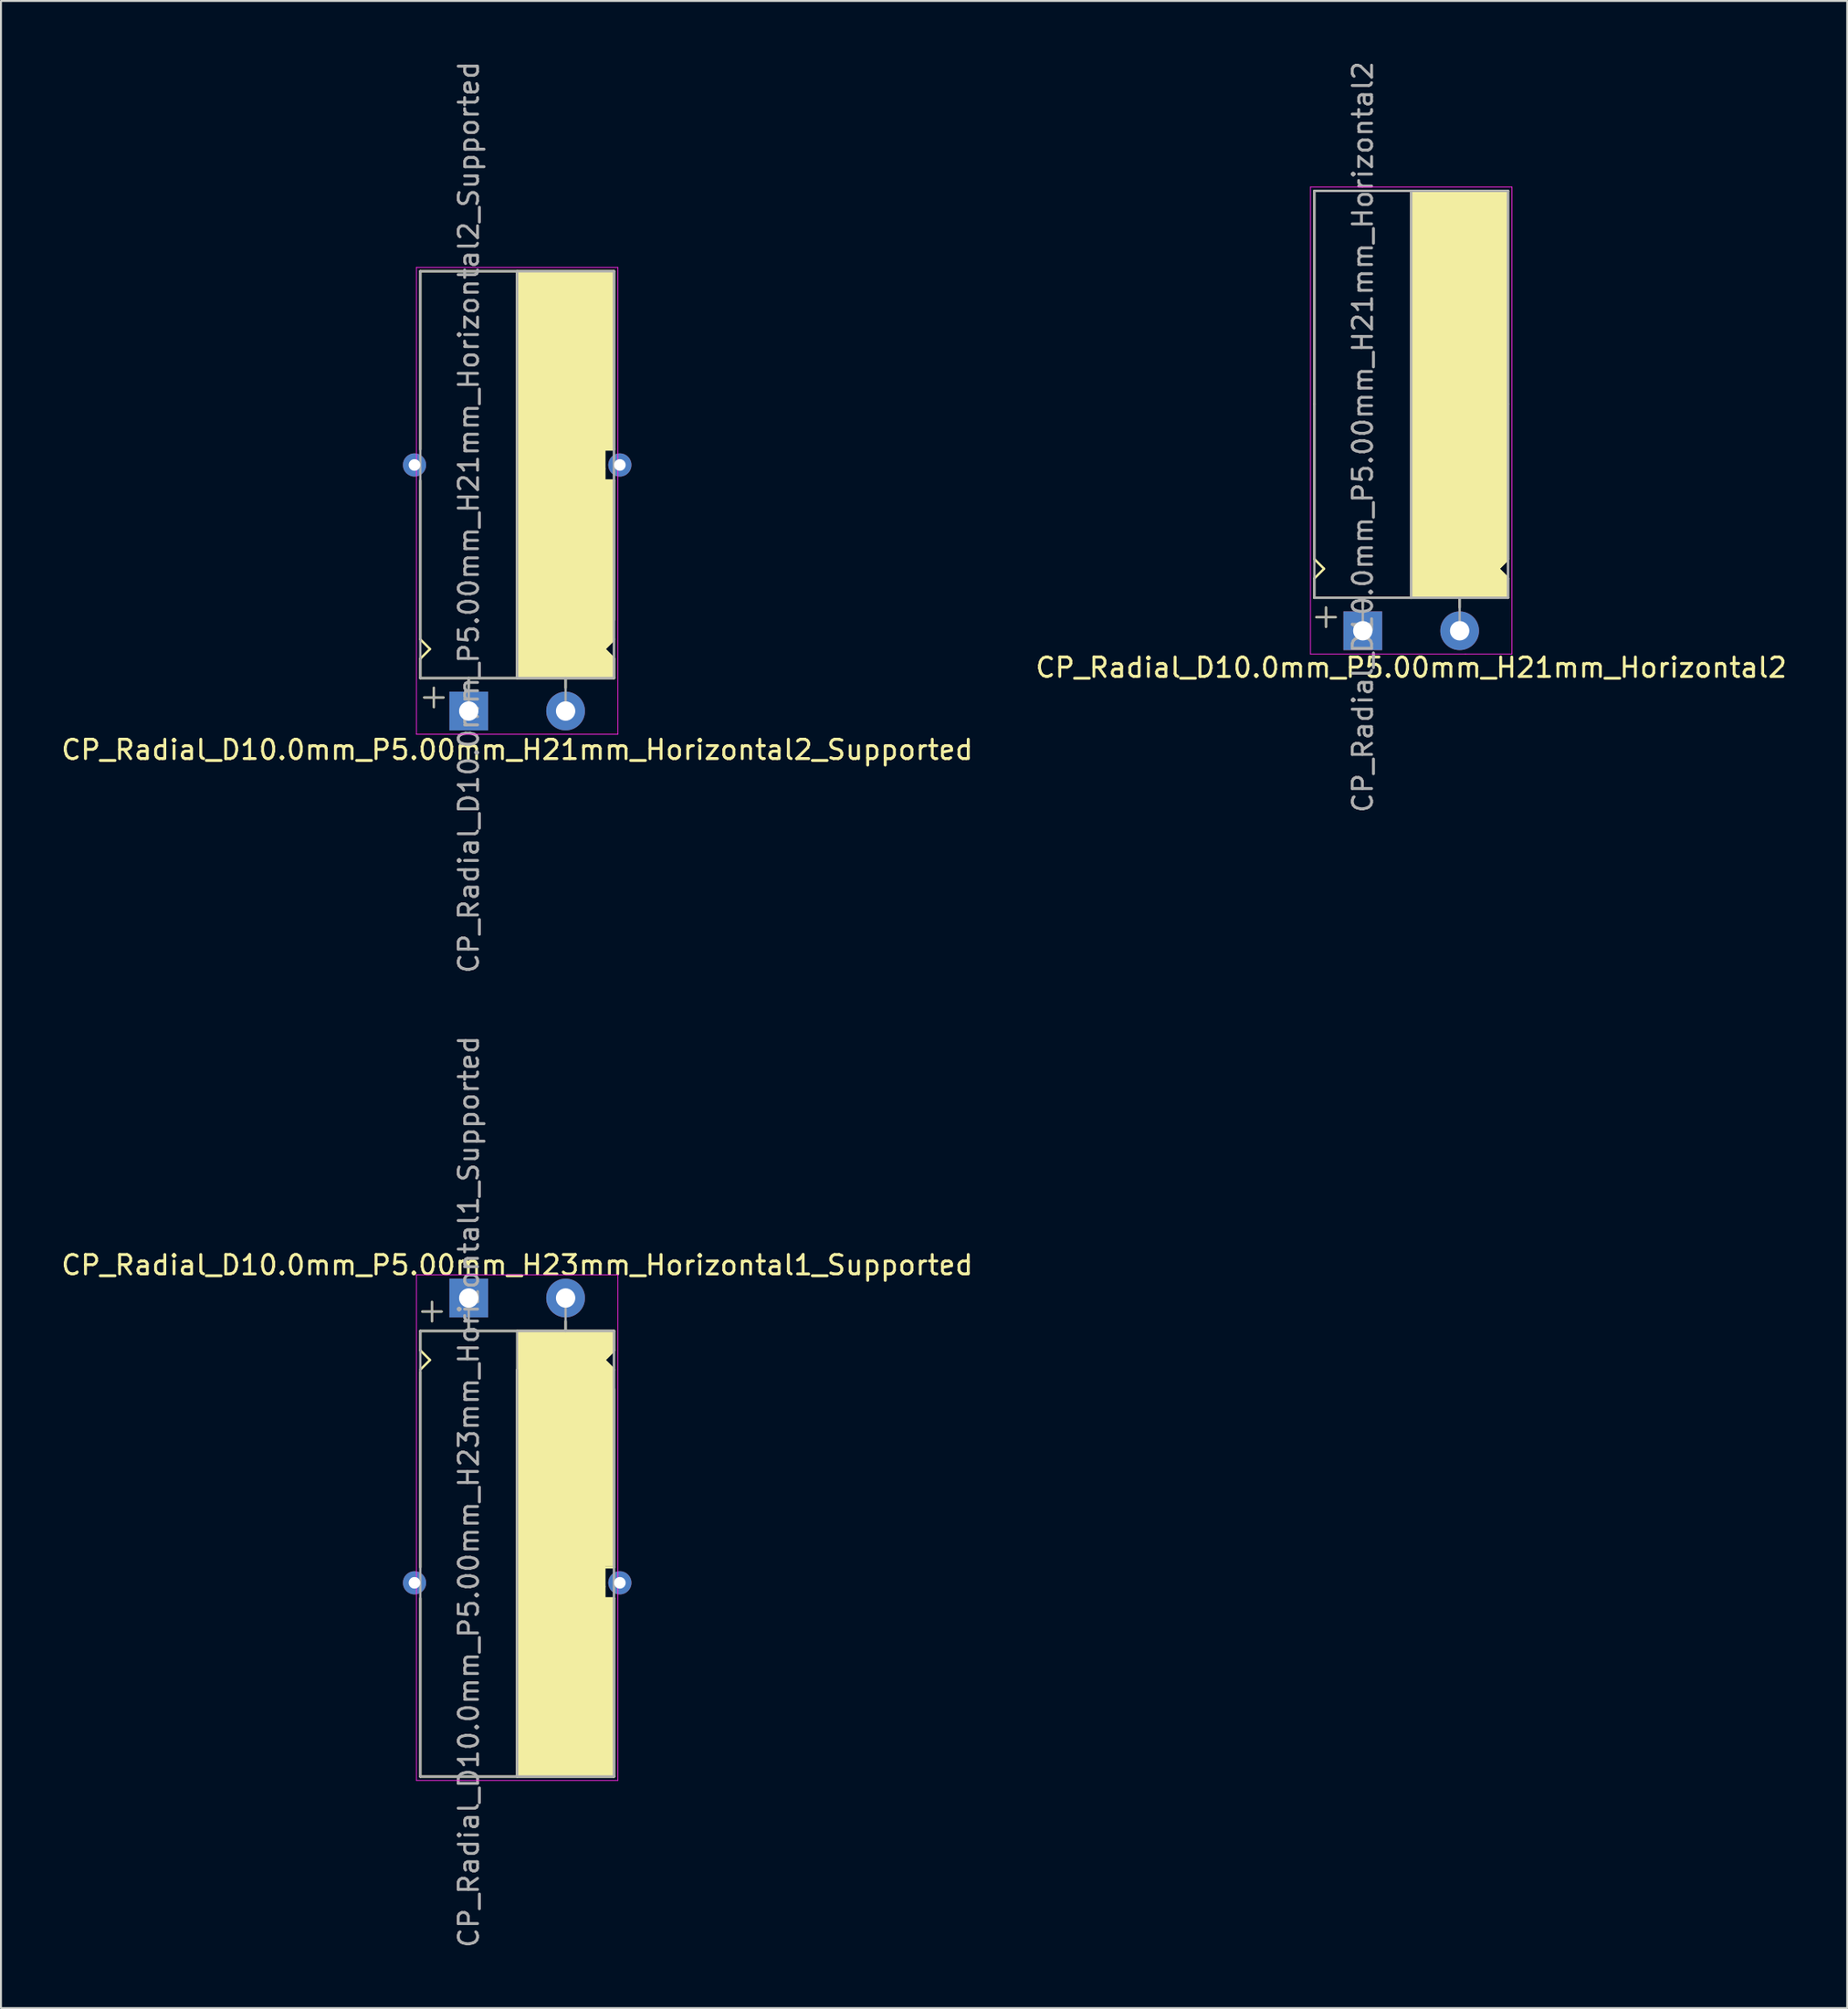
<source format=kicad_pcb>
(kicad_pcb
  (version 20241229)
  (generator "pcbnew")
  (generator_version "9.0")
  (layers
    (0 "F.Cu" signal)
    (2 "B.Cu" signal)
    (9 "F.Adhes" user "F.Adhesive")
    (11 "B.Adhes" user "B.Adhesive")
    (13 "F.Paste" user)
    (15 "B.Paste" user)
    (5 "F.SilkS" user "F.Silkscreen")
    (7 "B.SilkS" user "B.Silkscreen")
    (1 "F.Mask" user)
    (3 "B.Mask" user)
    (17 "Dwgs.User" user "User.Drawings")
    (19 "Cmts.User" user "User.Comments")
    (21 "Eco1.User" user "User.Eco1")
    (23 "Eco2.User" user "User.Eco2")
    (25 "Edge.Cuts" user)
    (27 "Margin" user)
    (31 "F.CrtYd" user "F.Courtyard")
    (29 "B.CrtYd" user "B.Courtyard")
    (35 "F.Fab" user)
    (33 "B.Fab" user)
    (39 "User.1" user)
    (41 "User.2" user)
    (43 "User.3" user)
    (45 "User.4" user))
  (footprint "CP_Radial_D10.0mm_P5.00mm_H23mm_Horizontal1_Supported"
    (layer "F.Cu")
    (at 21.149 63.946)
    (property "Reference" "CP_Radial_D10.0mm_P5.00mm_H23mm_Horizontal1_Supported" (at 2.5 -1.7 0) (layer "F.SilkS") (effects (font (size 1 1) (thickness 0.15))))
    (attr through_hole)
    (fp_line (start -2.5 1.7) (end -2.5 2.7) (stroke (width 0.12) (type solid)) (layer "F.SilkS"))
    (fp_line (start -2.5 2.7) (end -2 3.2) (stroke (width 0.12) (type solid)) (layer "F.SilkS"))
    (fp_line (start -2.5 3.8) (end -2.5 13.9) (stroke (width 0.12) (type solid)) (layer "F.SilkS"))
    (fp_line (start -2.5 15.5) (end -2.5 24.7) (stroke (width 0.12) (type solid)) (layer "F.SilkS"))
    (fp_line (start -2.5 24.7) (end 7.5 24.7) (stroke (width 0.12) (type solid)) (layer "F.SilkS"))
    (fp_line (start -2 3.2) (end -2.5 3.7) (stroke (width 0.12) (type solid)) (layer "F.SilkS"))
    (fp_line (start -1.9 0.2) (end -1.9 1.2) (stroke (width 0.12) (type solid)) (layer "F.SilkS"))
    (fp_line (start -1.4 0.7) (end -2.4 0.7) (stroke (width 0.12) (type solid)) (layer "F.SilkS"))
    (fp_line (start 0 1.7) (end 0 1.2) (stroke (width 0.12) (type solid)) (layer "F.SilkS"))
    (fp_line (start 2.5 1.7) (end -2.5 1.7) (stroke (width 0.12) (type solid)) (layer "F.SilkS"))
    (fp_line (start 2.5 24.7) (end 2.5 3.7) (stroke (width 0.12) (type solid)) (layer "F.SilkS"))
    (fp_line (start 5 1.7) (end 5 1.2) (stroke (width 0.12) (type solid)) (layer "F.SilkS"))
    (fp_line (start 7 3.2) (end 7.5 3.7) (stroke (width 0.12) (type solid)) (layer "F.SilkS"))
    (fp_line (start 7 13.9) (end 7.5 13.9) (stroke (width 0.12) (type solid)) (layer "F.SilkS"))
    (fp_line (start 7 14.9) (end 7 13.9) (stroke (width 0.12) (type solid)) (layer "F.SilkS"))
    (fp_line (start 7 15.5) (end 7 14.9) (stroke (width 0.12) (type solid)) (layer "F.SilkS"))
    (fp_line (start 7.5 1.7) (end 2.5 1.7) (stroke (width 0.12) (type solid)) (layer "F.SilkS"))
    (fp_line (start 7.5 1.7) (end 7.5 2.7) (stroke (width 0.12) (type solid)) (layer "F.SilkS"))
    (fp_line (start 7.5 2.7) (end 7 3.2) (stroke (width 0.12) (type solid)) (layer "F.SilkS"))
    (fp_line (start 7.5 4.7) (end 7.5 13.9) (stroke (width 0.12) (type solid)) (layer "F.SilkS"))
    (fp_line (start 7.5 15.5) (end 7 15.5) (stroke (width 0.12) (type solid)) (layer "F.SilkS"))
    (fp_line (start 7.5 15.5) (end 7.5 24.7) (stroke (width 0.12) (type solid)) (layer "F.SilkS"))
    (fp_poly (pts (xy 7.5 2.7) (xy 7 3.2) (xy 7.5 3.7) (xy 7.5 13.8) (xy 7 13.8) (xy 7 15.5) (xy 7.5 15.5) (xy 7.5 24.7) (xy 2.5 24.7) (xy 2.5 1.7) (xy 7.5 1.7)) (stroke (width 0.1) (type solid)) (fill yes) (layer "F.SilkS"))
    (fp_line (start -2.7 -1.2) (end 5.3 -1.2) (stroke (width 0.04) (type solid)) (layer "F.CrtYd"))
    (fp_line (start -2.7 24.9) (end -2.7 -1.2) (stroke (width 0.04) (type solid)) (layer "F.CrtYd"))
    (fp_line (start 5.3 -1.2) (end 7.7 -1.2) (stroke (width 0.04) (type solid)) (layer "F.CrtYd"))
    (fp_line (start 7.7 -1.2) (end 7.7 24.9) (stroke (width 0.04) (type solid)) (layer "F.CrtYd"))
    (fp_line (start 7.7 24.9) (end -2.7 24.9) (stroke (width 0.04) (type solid)) (layer "F.CrtYd"))
    (fp_line (start -2.5 1.7) (end -2.5 24.7) (stroke (width 0.12) (type solid)) (layer "F.Fab"))
    (fp_line (start -2.5 24.7) (end 7.5 24.7) (stroke (width 0.12) (type solid)) (layer "F.Fab"))
    (fp_line (start -2.4 0.7) (end -1.4 0.7) (stroke (width 0.1) (type solid)) (layer "F.Fab"))
    (fp_line (start -1.9 1.2) (end -1.9 0.2) (stroke (width 0.1) (type solid)) (layer "F.Fab"))
    (fp_line (start 0 1.7) (end 0 0) (stroke (width 0.12) (type solid)) (layer "F.Fab"))
    (fp_line (start 2.5 3.7) (end 2.5 24.7) (stroke (width 0.12) (type solid)) (layer "F.Fab"))
    (fp_line (start 5 1.7) (end 5 0) (stroke (width 0.12) (type solid)) (layer "F.Fab"))
    (fp_line (start 7.5 1.7) (end -2.5 1.7) (stroke (width 0.12) (type solid)) (layer "F.Fab"))
    (fp_line (start 7.5 24.7) (end 7.5 1.7) (stroke (width 0.12) (type solid)) (layer "F.Fab"))
    (fp_poly (pts (xy 7.5 24.7) (xy 2.5 24.7) (xy 2.5 1.7) (xy 7.5 1.7)) (stroke (width 0.1) (type solid)) (fill no) (layer "F.Fab"))
    (fp_text user "${REFERENCE}" (at 0 10 90) (layer "F.Fab") (effects (font (size 1 1) (thickness 0.15))))
    (pad "" thru_hole circle (at -2.8 14.7) (size 1.2 1.2) (drill 0.6) (layers "*.Cu" "*.Mask"))
    (pad "" thru_hole circle (at 7.8 14.7) (size 1.2 1.2) (drill 0.6) (layers "*.Cu" "*.Mask"))
    (pad "1" thru_hole rect (at 0 0) (size 2 2) (drill 1) (layers "*.Cu" "*.Mask"))
    (pad "2" thru_hole circle (at 5 0) (size 2 2) (drill 1) (layers "*.Cu" "*.Mask")))
  (footprint "CP_Radial_D10.0mm_P5.00mm_H21mm_Horizontal2"
    (layer "F.Cu")
    (at 67.304 29.506)
    (property "Reference" "CP_Radial_D10.0mm_P5.00mm_H21mm_Horizontal2" (at 2.5 1.9 0) (layer "F.SilkS") (effects (font (size 1 1) (thickness 0.15))))
    (attr through_hole)
    (fp_line (start -2.5 -22.7) (end 7.5 -22.7) (stroke (width 0.12) (type solid)) (layer "F.SilkS"))
    (fp_line (start -2.5 -11.7) (end -2.5 -22.7) (stroke (width 0.12) (type solid)) (layer "F.SilkS"))
    (fp_line (start -2.5 -3.7) (end -2.5 -11.7) (stroke (width 0.12) (type solid)) (layer "F.SilkS"))
    (fp_line (start -2.5 -2.7) (end -2 -3.2) (stroke (width 0.12) (type solid)) (layer "F.SilkS"))
    (fp_line (start -2.5 -1.7) (end -2.5 -2.7) (stroke (width 0.12) (type solid)) (layer "F.SilkS"))
    (fp_line (start -2 -3.2) (end -2.5 -3.7) (stroke (width 0.12) (type solid)) (layer "F.SilkS"))
    (fp_line (start -1.9 -1.2) (end -1.9 -0.2) (stroke (width 0.12) (type solid)) (layer "F.SilkS"))
    (fp_line (start -1.4 -0.7) (end -2.4 -0.7) (stroke (width 0.12) (type solid)) (layer "F.SilkS"))
    (fp_line (start 0 -1.7) (end 0 -1.2) (stroke (width 0.12) (type solid)) (layer "F.SilkS"))
    (fp_line (start 2.5 -22.7) (end 2.5 -1.7) (stroke (width 0.12) (type solid)) (layer "F.SilkS"))
    (fp_line (start 2.5 -1.7) (end -2.5 -1.7) (stroke (width 0.12) (type solid)) (layer "F.SilkS"))
    (fp_line (start 5 -1.7) (end 5 -1.2) (stroke (width 0.12) (type solid)) (layer "F.SilkS"))
    (fp_line (start 7 -3.2) (end 7.5 -3.7) (stroke (width 0.12) (type solid)) (layer "F.SilkS"))
    (fp_line (start 7.5 -11.7) (end 7.5 -22.7) (stroke (width 0.12) (type solid)) (layer "F.SilkS"))
    (fp_line (start 7.5 -3.7) (end 7.5 -11.7) (stroke (width 0.12) (type solid)) (layer "F.SilkS"))
    (fp_line (start 7.5 -2.7) (end 7 -3.2) (stroke (width 0.12) (type solid)) (layer "F.SilkS"))
    (fp_line (start 7.5 -1.7) (end 2.5 -1.7) (stroke (width 0.12) (type solid)) (layer "F.SilkS"))
    (fp_line (start 7.5 -1.7) (end 7.5 -2.7) (stroke (width 0.12) (type solid)) (layer "F.SilkS"))
    (fp_poly (pts (xy 7.5 -2.7) (xy 7 -3.2) (xy 7.5 -3.7) (xy 7.5 -22.7) (xy 2.5 -22.7) (xy 2.5 -1.7) (xy 7.5 -1.7)) (stroke (width 0.1) (type solid)) (fill yes) (layer "F.SilkS"))
    (fp_line (start -2.7 -22.9) (end -2.7 1.2) (stroke (width 0.04) (type solid)) (layer "F.CrtYd"))
    (fp_line (start -2.7 1.2) (end 5.3 1.2) (stroke (width 0.04) (type solid)) (layer "F.CrtYd"))
    (fp_line (start 5.3 1.2) (end 7.7 1.2) (stroke (width 0.04) (type solid)) (layer "F.CrtYd"))
    (fp_line (start 7.7 -22.9) (end -2.7 -22.9) (stroke (width 0.04) (type solid)) (layer "F.CrtYd"))
    (fp_line (start 7.7 1.2) (end 7.7 -22.9) (stroke (width 0.04) (type solid)) (layer "F.CrtYd"))
    (fp_line (start -2.5 -22.7) (end 7.5 -22.7) (stroke (width 0.12) (type solid)) (layer "F.Fab"))
    (fp_line (start -2.5 -1.7) (end -2.5 -22.7) (stroke (width 0.12) (type solid)) (layer "F.Fab"))
    (fp_line (start -2.4 -0.7) (end -1.4 -0.7) (stroke (width 0.1) (type solid)) (layer "F.Fab"))
    (fp_line (start -1.9 -0.2) (end -1.9 -1.2) (stroke (width 0.1) (type solid)) (layer "F.Fab"))
    (fp_line (start 0 -1.7) (end 0 0) (stroke (width 0.12) (type solid)) (layer "F.Fab"))
    (fp_line (start 2.5 -1.7) (end 2.5 -22.7) (stroke (width 0.12) (type solid)) (layer "F.Fab"))
    (fp_line (start 5 -1.7) (end 5 0) (stroke (width 0.12) (type solid)) (layer "F.Fab"))
    (fp_line (start 7.5 -22.7) (end 7.5 -1.7) (stroke (width 0.12) (type solid)) (layer "F.Fab"))
    (fp_line (start 7.5 -1.7) (end -2.5 -1.7) (stroke (width 0.12) (type solid)) (layer "F.Fab"))
    (fp_poly (pts (xy 7.5 -22.7) (xy 2.5 -22.7) (xy 2.5 -1.7) (xy 7.5 -1.7)) (stroke (width 0.1) (type solid)) (fill no) (layer "F.Fab"))
    (fp_text user "${REFERENCE}" (at 0 -10 90) (layer "F.Fab") (effects (font (size 1 1) (thickness 0.15))))
    (pad "1" thru_hole rect (at 0 0) (size 2 2) (drill 1) (layers "*.Cu" "*.Mask"))
    (pad "2" thru_hole circle (at 5 0) (size 2 2) (drill 1) (layers "*.Cu" "*.Mask")))
  (footprint "CP_Radial_D10.0mm_P5.00mm_H21mm_Horizontal2_Supported"
    (layer "F.Cu")
    (at 21.149 33.649)
    (property "Reference" "CP_Radial_D10.0mm_P5.00mm_H21mm_Horizontal2_Supported" (at 2.5 2 0) (layer "F.SilkS") (effects (font (size 1 1) (thickness 0.15))))
    (attr through_hole)
    (fp_line (start -2.5 -22.7) (end 7.5 -22.7) (stroke (width 0.12) (type solid)) (layer "F.SilkS"))
    (fp_line (start -2.5 -13.5) (end -2.5 -22.7) (stroke (width 0.12) (type solid)) (layer "F.SilkS"))
    (fp_line (start -2.5 -3.7) (end -2.5 -11.9) (stroke (width 0.12) (type solid)) (layer "F.SilkS"))
    (fp_line (start -2.5 -2.7) (end -2 -3.2) (stroke (width 0.12) (type solid)) (layer "F.SilkS"))
    (fp_line (start -2.5 -1.7) (end -2.5 -2.7) (stroke (width 0.12) (type solid)) (layer "F.SilkS"))
    (fp_line (start -2 -3.2) (end -2.5 -3.7) (stroke (width 0.12) (type solid)) (layer "F.SilkS"))
    (fp_line (start -1.8 -1.2) (end -1.8 -0.2) (stroke (width 0.12) (type solid)) (layer "F.SilkS"))
    (fp_line (start -1.3 -0.7) (end -2.3 -0.7) (stroke (width 0.12) (type solid)) (layer "F.SilkS"))
    (fp_line (start 0 -1.7) (end 0 -1.2) (stroke (width 0.12) (type solid)) (layer "F.SilkS"))
    (fp_line (start 2.5 -22.7) (end 2.5 -1.7) (stroke (width 0.12) (type solid)) (layer "F.SilkS"))
    (fp_line (start 2.5 -1.7) (end -2.5 -1.7) (stroke (width 0.12) (type solid)) (layer "F.SilkS"))
    (fp_line (start 5 -1.7) (end 5 -1.2) (stroke (width 0.12) (type solid)) (layer "F.SilkS"))
    (fp_line (start 7 -13.5) (end 7 -12.5) (stroke (width 0.12) (type solid)) (layer "F.SilkS"))
    (fp_line (start 7 -12.5) (end 7 -11.9) (stroke (width 0.12) (type solid)) (layer "F.SilkS"))
    (fp_line (start 7 -11.9) (end 7.5 -11.9) (stroke (width 0.12) (type solid)) (layer "F.SilkS"))
    (fp_line (start 7 -3.2) (end 7.5 -3.7) (stroke (width 0.12) (type solid)) (layer "F.SilkS"))
    (fp_line (start 7.5 -13.5) (end 7 -13.5) (stroke (width 0.12) (type solid)) (layer "F.SilkS"))
    (fp_line (start 7.5 -13.5) (end 7.5 -22.7) (stroke (width 0.12) (type solid)) (layer "F.SilkS"))
    (fp_line (start 7.5 -4.7) (end 7.5 -11.9) (stroke (width 0.12) (type solid)) (layer "F.SilkS"))
    (fp_line (start 7.5 -2.7) (end 7 -3.2) (stroke (width 0.12) (type solid)) (layer "F.SilkS"))
    (fp_line (start 7.5 -1.7) (end 2.5 -1.7) (stroke (width 0.12) (type solid)) (layer "F.SilkS"))
    (fp_line (start 7.5 -1.7) (end 7.5 -2.7) (stroke (width 0.12) (type solid)) (layer "F.SilkS"))
    (fp_poly (pts (xy 7.5 -2.7) (xy 7 -3.2) (xy 7.5 -3.7) (xy 7.5 -11.9) (xy 7 -11.9) (xy 7 -13.5) (xy 7.5 -13.5) (xy 7.5 -22.7) (xy 2.5 -22.7) (xy 2.5 -1.7) (xy 7.5 -1.7)) (stroke (width 0.1) (type solid)) (fill yes) (layer "F.SilkS"))
    (fp_line (start -2.7 -22.9) (end -2.7 1.2) (stroke (width 0.04) (type solid)) (layer "F.CrtYd"))
    (fp_line (start -2.7 1.2) (end 5.3 1.2) (stroke (width 0.04) (type solid)) (layer "F.CrtYd"))
    (fp_line (start 5.3 1.2) (end 7.7 1.2) (stroke (width 0.04) (type solid)) (layer "F.CrtYd"))
    (fp_line (start 7.7 -22.9) (end -2.7 -22.9) (stroke (width 0.04) (type solid)) (layer "F.CrtYd"))
    (fp_line (start 7.7 1.2) (end 7.7 -22.9) (stroke (width 0.04) (type solid)) (layer "F.CrtYd"))
    (fp_line (start -2.5 -22.7) (end 7.5 -22.7) (stroke (width 0.12) (type solid)) (layer "F.Fab"))
    (fp_line (start -2.5 -1.7) (end -2.5 -22.7) (stroke (width 0.12) (type solid)) (layer "F.Fab"))
    (fp_line (start -2.3 -0.7) (end -1.3 -0.7) (stroke (width 0.1) (type solid)) (layer "F.Fab"))
    (fp_line (start -1.8 -0.2) (end -1.8 -1.2) (stroke (width 0.1) (type solid)) (layer "F.Fab"))
    (fp_line (start 0 -1.7) (end 0 0) (stroke (width 0.12) (type solid)) (layer "F.Fab"))
    (fp_line (start 2.5 -1.7) (end 2.5 -22.7) (stroke (width 0.12) (type solid)) (layer "F.Fab"))
    (fp_line (start 5 -1.7) (end 5 0) (stroke (width 0.12) (type solid)) (layer "F.Fab"))
    (fp_line (start 7.5 -22.7) (end 7.5 -1.7) (stroke (width 0.12) (type solid)) (layer "F.Fab"))
    (fp_line (start 7.5 -1.7) (end -2.5 -1.7) (stroke (width 0.12) (type solid)) (layer "F.Fab"))
    (fp_poly (pts (xy 7.5 -22.7) (xy 2.5 -22.7) (xy 2.5 -1.7) (xy 7.5 -1.7)) (stroke (width 0.1) (type solid)) (fill no) (layer "F.Fab"))
    (fp_text user "${REFERENCE}" (at 0 -10 90) (layer "F.Fab") (effects (font (size 1 1) (thickness 0.15))))
    (pad "" thru_hole circle (at -2.8 -12.7 180) (size 1.2 1.2) (drill 0.6) (layers "*.Cu" "*.Mask"))
    (pad "" thru_hole circle (at 7.8 -12.7 180) (size 1.2 1.2) (drill 0.6) (layers "*.Cu" "*.Mask"))
    (pad "1" thru_hole rect (at 0 0) (size 2 2) (drill 1) (layers "*.Cu" "*.Mask"))
    (pad "2" thru_hole circle (at 5 0) (size 2 2) (drill 1) (layers "*.Cu" "*.Mask")))
  (gr_rect
    (start -3 -3)
    (end 92.31 100.595)
    (stroke (width 0.1) (type default))
    (fill no)
    (layer "Edge.Cuts")))
</source>
